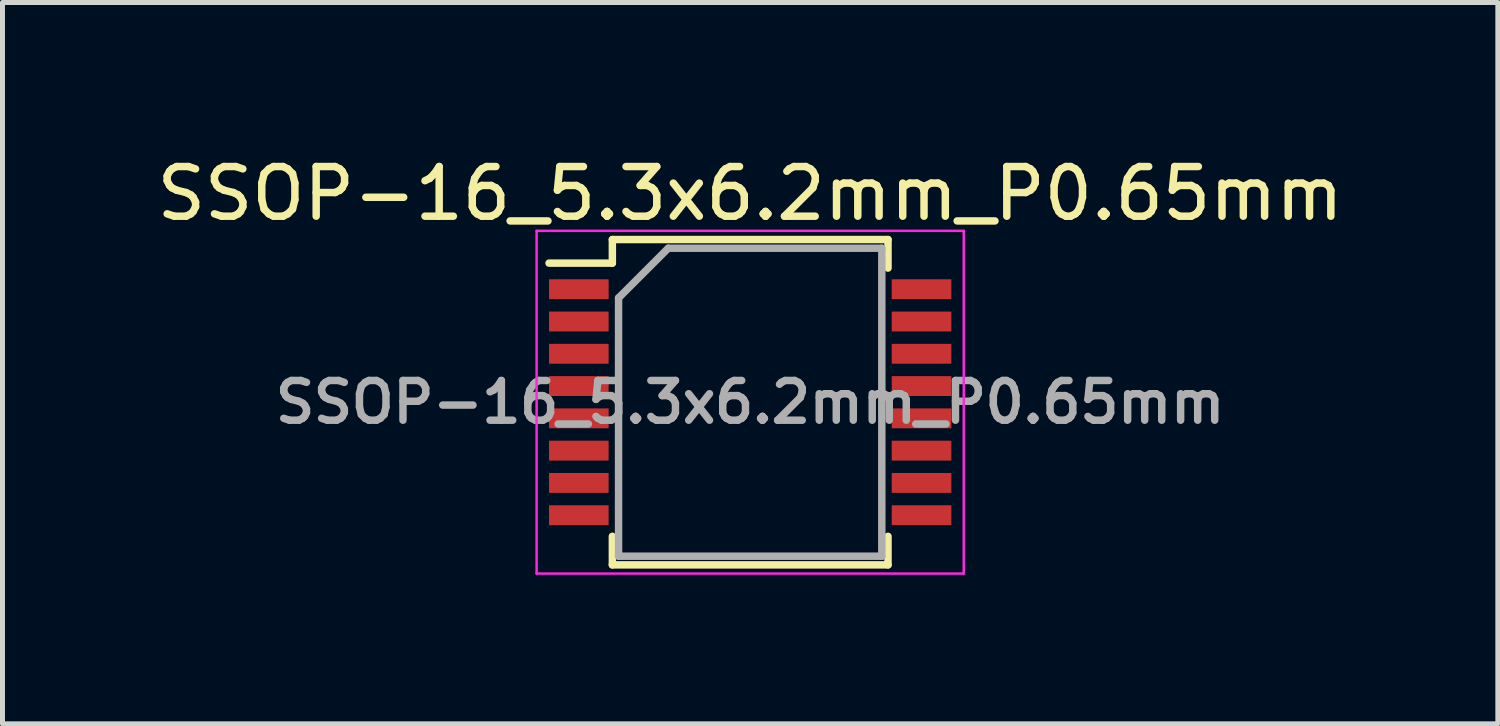
<source format=kicad_pcb>
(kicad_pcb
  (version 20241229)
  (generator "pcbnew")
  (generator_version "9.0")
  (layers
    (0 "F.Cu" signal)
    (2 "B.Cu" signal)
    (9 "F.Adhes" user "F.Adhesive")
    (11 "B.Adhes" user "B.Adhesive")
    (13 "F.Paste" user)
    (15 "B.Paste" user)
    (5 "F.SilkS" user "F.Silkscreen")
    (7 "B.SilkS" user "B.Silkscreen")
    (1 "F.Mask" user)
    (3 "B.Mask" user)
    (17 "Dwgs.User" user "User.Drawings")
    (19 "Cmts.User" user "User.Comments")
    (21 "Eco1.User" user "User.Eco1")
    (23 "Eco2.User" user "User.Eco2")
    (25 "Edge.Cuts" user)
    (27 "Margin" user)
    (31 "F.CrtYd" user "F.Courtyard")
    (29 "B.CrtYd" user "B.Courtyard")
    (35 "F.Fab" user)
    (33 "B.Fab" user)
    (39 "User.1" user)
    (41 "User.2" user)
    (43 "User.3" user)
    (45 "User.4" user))
  (footprint "SSOP-16_5.3x6.2mm_P0.65mm"
    (layer "F.Cu")
    (at 12.054 5.048)
    (property "Reference" "SSOP-16_5.3x6.2mm_P0.65mm" (at 0 -4.2 0) (layer "F.SilkS") (effects (font (size 1 1) (thickness 0.15))))
    (attr smd)
    (fp_line (start -2.775 -3.275) (end -2.775 -2.8) (stroke (width 0.15) (type solid)) (layer "F.SilkS"))
    (fp_line (start -2.775 -3.275) (end 2.775 -3.275) (stroke (width 0.15) (type solid)) (layer "F.SilkS"))
    (fp_line (start -2.775 -2.8) (end -4.05 -2.8) (stroke (width 0.15) (type solid)) (layer "F.SilkS"))
    (fp_line (start -2.775 3.275) (end -2.775 2.7) (stroke (width 0.15) (type solid)) (layer "F.SilkS"))
    (fp_line (start -2.775 3.275) (end 2.775 3.275) (stroke (width 0.15) (type solid)) (layer "F.SilkS"))
    (fp_line (start 2.775 -3.275) (end 2.775 -2.7) (stroke (width 0.15) (type solid)) (layer "F.SilkS"))
    (fp_line (start 2.775 3.275) (end 2.775 2.7) (stroke (width 0.15) (type solid)) (layer "F.SilkS"))
    (fp_line (start -4.3 -3.45) (end -4.3 3.45) (stroke (width 0.05) (type solid)) (layer "F.CrtYd"))
    (fp_line (start -4.3 -3.45) (end 4.3 -3.45) (stroke (width 0.05) (type solid)) (layer "F.CrtYd"))
    (fp_line (start -4.3 3.45) (end 4.3 3.45) (stroke (width 0.05) (type solid)) (layer "F.CrtYd"))
    (fp_line (start 4.3 -3.45) (end 4.3 3.45) (stroke (width 0.05) (type solid)) (layer "F.CrtYd"))
    (fp_line (start -2.65 -2.1) (end -1.65 -3.1) (stroke (width 0.15) (type solid)) (layer "F.Fab"))
    (fp_line (start -2.65 3.1) (end -2.65 -2.1) (stroke (width 0.15) (type solid)) (layer "F.Fab"))
    (fp_line (start -1.65 -3.1) (end 2.65 -3.1) (stroke (width 0.15) (type solid)) (layer "F.Fab"))
    (fp_line (start 2.65 -3.1) (end 2.65 3.1) (stroke (width 0.15) (type solid)) (layer "F.Fab"))
    (fp_line (start 2.65 3.1) (end -2.65 3.1) (stroke (width 0.15) (type solid)) (layer "F.Fab"))
    (fp_text user "${REFERENCE}" (at 0 0 0) (layer "F.Fab") (effects (font (size 0.8 0.8) (thickness 0.15))))
    (pad "1" smd rect (at -3.45 -2.275) (size 1.2 0.4) (layers "F.Cu" "F.Mask" "F.Paste"))
    (pad "2" smd rect (at -3.45 -1.625) (size 1.2 0.4) (layers "F.Cu" "F.Mask" "F.Paste"))
    (pad "3" smd rect (at -3.45 -0.975) (size 1.2 0.4) (layers "F.Cu" "F.Mask" "F.Paste"))
    (pad "4" smd rect (at -3.45 -0.325) (size 1.2 0.4) (layers "F.Cu" "F.Mask" "F.Paste"))
    (pad "5" smd rect (at -3.45 0.325) (size 1.2 0.4) (layers "F.Cu" "F.Mask" "F.Paste"))
    (pad "6" smd rect (at -3.45 0.975) (size 1.2 0.4) (layers "F.Cu" "F.Mask" "F.Paste"))
    (pad "7" smd rect (at -3.45 1.625) (size 1.2 0.4) (layers "F.Cu" "F.Mask" "F.Paste"))
    (pad "8" smd rect (at -3.45 2.275) (size 1.2 0.4) (layers "F.Cu" "F.Mask" "F.Paste"))
    (pad "9" smd rect (at 3.45 2.275) (size 1.2 0.4) (layers "F.Cu" "F.Mask" "F.Paste"))
    (pad "10" smd rect (at 3.45 1.625) (size 1.2 0.4) (layers "F.Cu" "F.Mask" "F.Paste"))
    (pad "11" smd rect (at 3.45 0.975) (size 1.2 0.4) (layers "F.Cu" "F.Mask" "F.Paste"))
    (pad "12" smd rect (at 3.45 0.325) (size 1.2 0.4) (layers "F.Cu" "F.Mask" "F.Paste"))
    (pad "13" smd rect (at 3.45 -0.325) (size 1.2 0.4) (layers "F.Cu" "F.Mask" "F.Paste"))
    (pad "14" smd rect (at 3.45 -0.975) (size 1.2 0.4) (layers "F.Cu" "F.Mask" "F.Paste"))
    (pad "15" smd rect (at 3.45 -1.625) (size 1.2 0.4) (layers "F.Cu" "F.Mask" "F.Paste"))
    (pad "16" smd rect (at 3.45 -2.275) (size 1.2 0.4) (layers "F.Cu" "F.Mask" "F.Paste")))
  (gr_rect
    (start -3 -3)
    (end 27.107 11.523)
    (stroke (width 0.1) (type default))
    (fill no)
    (layer "Edge.Cuts")))
</source>
